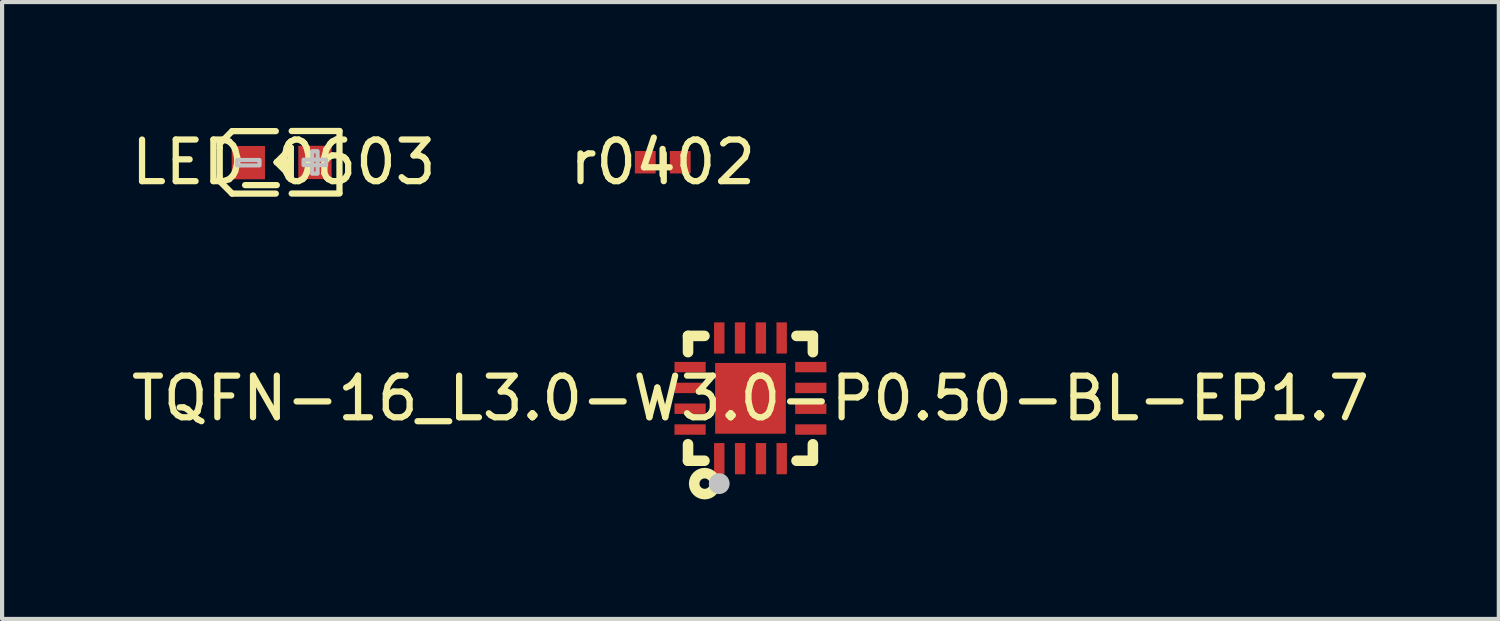
<source format=kicad_pcb>
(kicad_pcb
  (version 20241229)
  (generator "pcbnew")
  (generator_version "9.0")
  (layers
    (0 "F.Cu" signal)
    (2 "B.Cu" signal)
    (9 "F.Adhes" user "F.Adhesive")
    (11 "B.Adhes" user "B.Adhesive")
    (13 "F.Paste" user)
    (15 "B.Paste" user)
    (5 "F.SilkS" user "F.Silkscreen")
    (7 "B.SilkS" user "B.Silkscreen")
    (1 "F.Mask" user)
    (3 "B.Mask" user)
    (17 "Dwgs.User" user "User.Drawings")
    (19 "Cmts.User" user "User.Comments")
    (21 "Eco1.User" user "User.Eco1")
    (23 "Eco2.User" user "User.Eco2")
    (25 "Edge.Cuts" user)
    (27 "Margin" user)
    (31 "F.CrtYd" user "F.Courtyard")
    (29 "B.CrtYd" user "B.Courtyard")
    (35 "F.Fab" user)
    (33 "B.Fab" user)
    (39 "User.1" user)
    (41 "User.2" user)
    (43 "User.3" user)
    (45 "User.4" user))
  (footprint "r0402"
    (layer "F.Cu")
    (at 12.875 0.848)
    (property "Reference" "r0402" (at 0 0 0) (unlocked yes) (layer "F.SilkS") (effects (font (size 1 1) (thickness 0.15))))
    (fp_line (start -0.004 0.308) (end -0.004 -0.319) (stroke (width 0.152) (type default)) (layer "F.SilkS"))
    (fp_poly (pts (xy -0.135 0.23) (xy -0.135 -0.23) (xy -0.175 -0.27) (xy -0.675 -0.27) (xy -0.716 -0.23) (xy -0.716 0.23) (xy -0.675 0.27) (xy -0.175 0.27)) (stroke (width 0) (type default)) (fill yes) (layer "F.Paste"))
    (fp_poly (pts (xy 0.135 0.23) (xy 0.135 -0.23) (xy 0.175 -0.27) (xy 0.675 -0.27) (xy 0.716 -0.23) (xy 0.716 0.23) (xy 0.675 0.27) (xy 0.175 0.27)) (stroke (width 0) (type default)) (fill yes) (layer "F.Paste"))
    (fp_poly (pts (xy -0.249 -0.25) (xy -0.249 0.25) (xy -0.499 0.25) (xy -0.499 -0.25)) (stroke (width 0.1) (type default)) (fill no) (layer "User.1"))
    (fp_poly (pts (xy 0.252 0.25) (xy 0.252 -0.25) (xy 0.501 -0.25) (xy 0.501 0.25)) (stroke (width 0.1) (type default)) (fill no) (layer "User.1"))
    (fp_line (start -0.5 -0.25) (end 0.5 -0.25) (stroke (width 0.051) (type default)) (layer "User.2"))
    (fp_line (start -0.5 0.25) (end -0.5 -0.25) (stroke (width 0.051) (type default)) (layer "User.2"))
    (fp_line (start 0.5 -0.25) (end 0.5 0.25) (stroke (width 0.051) (type default)) (layer "User.2"))
    (fp_line (start 0.5 0.25) (end -0.5 0.25) (stroke (width 0.051) (type default)) (layer "User.2"))
    (fp_poly (pts (xy -0.44 0.25) (xy -0.458 0.208) (xy -0.5 0.19) (xy -0.542 0.208) (xy -0.56 0.25) (xy -0.542 0.292) (xy -0.5 0.31) (xy -0.458 0.292)) (stroke (width 0.1) (type default)) (fill no) (layer "User.3"))
    (pad "1" smd rect (at -0.42 0) (size 0.5 0.54) (layers "F.Cu" "F.Mask" "F.Paste"))
    (pad "2" smd rect (at 0.42 0) (size 0.5 0.54) (layers "F.Cu" "F.Mask" "F.Paste")))
  (footprint "LED_0603"
    (layer "F.Cu")
    (at 3.768 0.848)
    (property "Reference" "LED_0603" (at 0 0 0) (unlocked yes) (layer "F.SilkS") (effects (font (size 1 1) (thickness 0.15))))
    (fp_line (start -1.539 -0.447) (end -1.24 -0.747) (stroke (width 0.15) (type default)) (layer "F.SilkS"))
    (fp_line (start -1.539 -0.345) (end -1.539 -0.447) (stroke (width 0.15) (type default)) (layer "F.SilkS"))
    (fp_line (start -1.539 -0.345) (end -1.539 0.353) (stroke (width 0.15) (type default)) (layer "F.SilkS"))
    (fp_line (start -1.539 0.353) (end -1.539 0.455) (stroke (width 0.15) (type default)) (layer "F.SilkS"))
    (fp_line (start -1.539 0.455) (end -1.24 0.754) (stroke (width 0.15) (type default)) (layer "F.SilkS"))
    (fp_line (start -0.191 -0.747) (end -1.24 -0.747) (stroke (width 0.15) (type default)) (layer "F.SilkS"))
    (fp_line (start -0.191 0.754) (end -1.24 0.754) (stroke (width 0.15) (type default)) (layer "F.SilkS"))
    (fp_line (start 0.16 0.33) (end -0.17 0) (stroke (width 0.15) (type default)) (layer "F.SilkS"))
    (fp_line (start 0.17 -0.348) (end 0.17 -0.338) (stroke (width 0.15) (type default)) (layer "F.SilkS"))
    (fp_line (start 0.17 -0.348) (end 0.17 0.33) (stroke (width 0.15) (type default)) (layer "F.SilkS"))
    (fp_line (start 0.17 -0.338) (end -0.17 0) (stroke (width 0.15) (type default)) (layer "F.SilkS"))
    (fp_line (start 0.17 0) (end -0.17 0) (stroke (width 0.15) (type default)) (layer "F.SilkS"))
    (fp_line (start 0.17 0.33) (end 0.16 0.33) (stroke (width 0.15) (type default)) (layer "F.SilkS"))
    (fp_line (start 0.191 -0.75) (end 1.339 -0.75) (stroke (width 0.15) (type default)) (layer "F.SilkS"))
    (fp_line (start 0.191 0.752) (end 1.339 0.752) (stroke (width 0.15) (type default)) (layer "F.SilkS"))
    (fp_line (start 1.339 -0.75) (end 1.339 0.732) (stroke (width 0.15) (type default)) (layer "F.SilkS"))
    (fp_poly (pts (xy -1.12 -0.053) (xy -0.582 -0.053) (xy -0.582 0.076) (xy -1.12 0.076)) (stroke (width 0.1) (type default)) (fill no) (layer "Dwgs.User"))
    (fp_poly (pts (xy 0.477 -0.061) (xy 1.018 -0.061) (xy 1.018 0.069) (xy 0.477 0.069)) (stroke (width 0.1) (type default)) (fill no) (layer "Dwgs.User"))
    (fp_poly (pts (xy 0.683 0.275) (xy 0.683 -0.264) (xy 0.813 -0.264) (xy 0.813 0.275)) (stroke (width 0.1) (type default)) (fill no) (layer "Dwgs.User"))
    (fp_poly (pts (xy -0.851 0.411) (xy -0.851 -0.389) (xy -0.551 -0.389) (xy -0.551 0.411)) (stroke (width 0.1) (type default)) (fill no) (layer "User.1"))
    (fp_poly (pts (xy 0.45 0.404) (xy 0.45 -0.396) (xy 0.75 -0.396) (xy 0.75 0.404)) (stroke (width 0.1) (type default)) (fill no) (layer "User.1"))
    (fp_line (start -0.851 -0.391) (end 0.75 -0.391) (stroke (width 0.051) (type default)) (layer "User.2"))
    (fp_line (start -0.851 0.406) (end -0.851 -0.391) (stroke (width 0.051) (type default)) (layer "User.2"))
    (fp_line (start 0.75 -0.391) (end 0.75 0.406) (stroke (width 0.051) (type default)) (layer "User.2"))
    (fp_line (start 0.75 0.406) (end -0.851 0.406) (stroke (width 0.051) (type default)) (layer "User.2"))
    (fp_poly (pts (xy -0.79 0.411) (xy -0.808 0.368) (xy -0.851 0.35) (xy -0.894 0.368) (xy -0.912 0.411) (xy -0.894 0.455) (xy -0.851 0.472) (xy -0.808 0.455)) (stroke (width 0.1) (type default)) (fill no) (layer "User.3"))
    (pad "1" smd rect (at -0.851 0.01 90) (size 0.8 0.8) (layers "F.Cu" "F.Mask" "F.Paste"))
    (pad "2" smd rect (at 0.75 0.005 90) (size 0.8 0.8) (layers "F.Cu" "F.Mask" "F.Paste")))
  (footprint "TQFN-16_L3.0-W3.0-P0.50-BL-EP1.7"
    (layer "F.Cu")
    (at 14.982 6.521)
    (property "Reference" "TQFN-16_L3.0-W3.0-P0.50-BL-EP1.7" (at 0 0 0) (unlocked yes) (layer "F.SilkS") (effects (font (size 1 1) (thickness 0.15))))
    (fp_line (start -1.5 -1.5) (end -1.5 -1.109) (stroke (width 0.254) (type default)) (layer "F.SilkS"))
    (fp_line (start -1.5 -1.5) (end -1.105 -1.5) (stroke (width 0.254) (type default)) (layer "F.SilkS"))
    (fp_line (start -1.5 1.104) (end -1.5 1.5) (stroke (width 0.254) (type default)) (layer "F.SilkS"))
    (fp_line (start -1.5 1.5) (end -1.105 1.5) (stroke (width 0.254) (type default)) (layer "F.SilkS"))
    (fp_line (start 1.106 -1.5) (end 1.5 -1.5) (stroke (width 0.254) (type default)) (layer "F.SilkS"))
    (fp_line (start 1.107 1.5) (end 1.5 1.5) (stroke (width 0.254) (type default)) (layer "F.SilkS"))
    (fp_line (start 1.5 -1.109) (end 1.5 -1.5) (stroke (width 0.254) (type default)) (layer "F.SilkS"))
    (fp_line (start 1.5 1.5) (end 1.5 1.104) (stroke (width 0.254) (type default)) (layer "F.SilkS"))
    (fp_circle (center -1.1 2.05) (end -0.975 2.05) (stroke (width 0.254) (type default)) (fill no) (layer "F.SilkS"))
    (fp_poly (pts (xy -1.075 -0.625) (xy -1.075 -0.875) (xy -1.825 -0.875) (xy -1.825 -0.625)) (stroke (width 0) (type default)) (fill yes) (layer "F.Paste"))
    (fp_poly (pts (xy -1.075 -0.125) (xy -1.075 -0.375) (xy -1.825 -0.375) (xy -1.825 -0.125)) (stroke (width 0) (type default)) (fill yes) (layer "F.Paste"))
    (fp_poly (pts (xy -1.075 0.375) (xy -1.075 0.125) (xy -1.825 0.125) (xy -1.825 0.375)) (stroke (width 0) (type default)) (fill yes) (layer "F.Paste"))
    (fp_poly (pts (xy -1.075 0.875) (xy -1.075 0.625) (xy -1.825 0.625) (xy -1.825 0.875)) (stroke (width 0) (type default)) (fill yes) (layer "F.Paste"))
    (fp_poly (pts (xy -0.679 -0.68) (xy 0.68 -0.68) (xy 0.68 0.68) (xy -0.679 0.68)) (stroke (width 0) (type default)) (fill yes) (layer "F.Paste"))
    (fp_poly (pts (xy -0.624 -1.825) (xy -0.874 -1.825) (xy -0.874 -1.075) (xy -0.624 -1.075)) (stroke (width 0) (type default)) (fill yes) (layer "F.Paste"))
    (fp_poly (pts (xy -0.624 1.075) (xy -0.874 1.075) (xy -0.874 1.825) (xy -0.624 1.825)) (stroke (width 0) (type default)) (fill yes) (layer "F.Paste"))
    (fp_poly (pts (xy -0.124 -1.825) (xy -0.374 -1.825) (xy -0.374 -1.075) (xy -0.124 -1.075)) (stroke (width 0) (type default)) (fill yes) (layer "F.Paste"))
    (fp_poly (pts (xy -0.123 1.075) (xy -0.373 1.075) (xy -0.373 1.825) (xy -0.123 1.825)) (stroke (width 0) (type default)) (fill yes) (layer "F.Paste"))
    (fp_poly (pts (xy 0.376 -1.825) (xy 0.126 -1.825) (xy 0.126 -1.075) (xy 0.376 -1.075)) (stroke (width 0) (type default)) (fill yes) (layer "F.Paste"))
    (fp_poly (pts (xy 0.377 1.075) (xy 0.127 1.075) (xy 0.127 1.825) (xy 0.377 1.825)) (stroke (width 0) (type default)) (fill yes) (layer "F.Paste"))
    (fp_poly (pts (xy 0.875 -1.825) (xy 0.625 -1.825) (xy 0.625 -1.075) (xy 0.875 -1.075)) (stroke (width 0) (type default)) (fill yes) (layer "F.Paste"))
    (fp_poly (pts (xy 0.876 1.075) (xy 0.626 1.075) (xy 0.626 1.825) (xy 0.876 1.825)) (stroke (width 0) (type default)) (fill yes) (layer "F.Paste"))
    (fp_poly (pts (xy 1.825 -0.625) (xy 1.825 -0.875) (xy 1.075 -0.875) (xy 1.075 -0.625)) (stroke (width 0) (type default)) (fill yes) (layer "F.Paste"))
    (fp_poly (pts (xy 1.825 -0.125) (xy 1.825 -0.375) (xy 1.075 -0.375) (xy 1.075 -0.125)) (stroke (width 0) (type default)) (fill yes) (layer "F.Paste"))
    (fp_poly (pts (xy 1.825 0.375) (xy 1.825 0.125) (xy 1.075 0.125) (xy 1.075 0.375)) (stroke (width 0) (type default)) (fill yes) (layer "F.Paste"))
    (fp_poly (pts (xy 1.825 0.875) (xy 1.825 0.625) (xy 1.075 0.625) (xy 1.075 0.875)) (stroke (width 0) (type default)) (fill yes) (layer "F.Paste"))
    (fp_circle (center -0.75 2.05) (end -0.625 2.05) (stroke (width 0.25) (type default)) (fill no) (layer "Dwgs.User"))
    (fp_poly (pts (xy -1.1 -0.875) (xy -1.1 -0.625) (xy -1.5 -0.625) (xy -1.5 -0.875)) (stroke (width 0.1) (type default)) (fill no) (layer "User.1"))
    (fp_poly (pts (xy -1.1 -0.375) (xy -1.1 -0.125) (xy -1.5 -0.125) (xy -1.5 -0.375)) (stroke (width 0.1) (type default)) (fill no) (layer "User.1"))
    (fp_poly (pts (xy -1.1 0.125) (xy -1.1 0.375) (xy -1.5 0.375) (xy -1.5 0.125)) (stroke (width 0.1) (type default)) (fill no) (layer "User.1"))
    (fp_poly (pts (xy -1.1 0.625) (xy -1.1 0.875) (xy -1.5 0.875) (xy -1.5 0.625)) (stroke (width 0.1) (type default)) (fill no) (layer "User.1"))
    (fp_poly (pts (xy -0.874 -1.5) (xy -0.624 -1.5) (xy -0.624 -1.1) (xy -0.874 -1.1)) (stroke (width 0.1) (type default)) (fill no) (layer "User.1"))
    (fp_poly (pts (xy -0.85 -0.85) (xy 0.851 -0.85) (xy 0.851 0.85) (xy -0.85 0.85)) (stroke (width 0.1) (type default)) (fill no) (layer "User.1"))
    (fp_poly (pts (xy -0.624 1.5) (xy -0.874 1.5) (xy -0.874 1.1) (xy -0.624 1.1)) (stroke (width 0.1) (type default)) (fill no) (layer "User.1"))
    (fp_poly (pts (xy -0.374 -1.5) (xy -0.124 -1.5) (xy -0.124 -1.1) (xy -0.374 -1.1)) (stroke (width 0.1) (type default)) (fill no) (layer "User.1"))
    (fp_poly (pts (xy -0.123 1.5) (xy -0.373 1.5) (xy -0.373 1.1) (xy -0.123 1.1)) (stroke (width 0.1) (type default)) (fill no) (layer "User.1"))
    (fp_poly (pts (xy 0.125 -1.5) (xy 0.375 -1.5) (xy 0.375 -1.1) (xy 0.125 -1.1)) (stroke (width 0.1) (type default)) (fill no) (layer "User.1"))
    (fp_poly (pts (xy 0.377 1.5) (xy 0.127 1.5) (xy 0.127 1.1) (xy 0.377 1.1)) (stroke (width 0.1) (type default)) (fill no) (layer "User.1"))
    (fp_poly (pts (xy 0.625 -1.5) (xy 0.875 -1.5) (xy 0.875 -1.1) (xy 0.625 -1.1)) (stroke (width 0.1) (type default)) (fill no) (layer "User.1"))
    (fp_poly (pts (xy 0.876 1.5) (xy 0.626 1.5) (xy 0.626 1.1) (xy 0.876 1.1)) (stroke (width 0.1) (type default)) (fill no) (layer "User.1"))
    (fp_poly (pts (xy 1.1 -0.625) (xy 1.1 -0.875) (xy 1.5 -0.875) (xy 1.5 -0.625)) (stroke (width 0.1) (type default)) (fill no) (layer "User.1"))
    (fp_poly (pts (xy 1.1 -0.125) (xy 1.1 -0.375) (xy 1.5 -0.375) (xy 1.5 -0.125)) (stroke (width 0.1) (type default)) (fill no) (layer "User.1"))
    (fp_poly (pts (xy 1.1 0.375) (xy 1.1 0.125) (xy 1.5 0.125) (xy 1.5 0.375)) (stroke (width 0.1) (type default)) (fill no) (layer "User.1"))
    (fp_poly (pts (xy 1.1 0.875) (xy 1.1 0.625) (xy 1.5 0.625) (xy 1.5 0.875)) (stroke (width 0.1) (type default)) (fill no) (layer "User.1"))
    (fp_line (start -1.5 -1.5) (end 1.5 -1.5) (stroke (width 0.051) (type default)) (layer "User.2"))
    (fp_line (start -1.5 1.5) (end -1.5 -1.5) (stroke (width 0.051) (type default)) (layer "User.2"))
    (fp_line (start 1.5 -1.5) (end 1.5 1.5) (stroke (width 0.051) (type default)) (layer "User.2"))
    (fp_line (start 1.5 1.5) (end -1.5 1.5) (stroke (width 0.051) (type default)) (layer "User.2"))
    (fp_poly (pts (xy -1.44 1.5) (xy -1.458 1.458) (xy -1.5 1.44) (xy -1.542 1.458) (xy -1.56 1.5) (xy -1.542 1.542) (xy -1.5 1.56) (xy -1.458 1.542)) (stroke (width 0.1) (type default)) (fill no) (layer "User.3"))
    (pad "1" smd rect (at -0.749 1.45) (size 0.25 0.75) (layers "F.Cu" "F.Mask" "F.Paste"))
    (pad "2" smd rect (at -0.248 1.45) (size 0.25 0.75) (layers "F.Cu" "F.Mask" "F.Paste"))
    (pad "3" smd rect (at 0.252 1.45) (size 0.25 0.75) (layers "F.Cu" "F.Mask" "F.Paste"))
    (pad "4" smd rect (at 0.751 1.45) (size 0.25 0.75) (layers "F.Cu" "F.Mask" "F.Paste"))
    (pad "5" smd rect (at 1.45 0.75) (size 0.75 0.25) (layers "F.Cu" "F.Mask" "F.Paste"))
    (pad "6" smd rect (at 1.45 0.25) (size 0.75 0.25) (layers "F.Cu" "F.Mask" "F.Paste"))
    (pad "7" smd rect (at 1.45 -0.25) (size 0.75 0.25) (layers "F.Cu" "F.Mask" "F.Paste"))
    (pad "8" smd rect (at 1.45 -0.75) (size 0.75 0.25) (layers "F.Cu" "F.Mask" "F.Paste"))
    (pad "9" smd rect (at 0.75 -1.45) (size 0.25 0.75) (layers "F.Cu" "F.Mask" "F.Paste"))
    (pad "10" smd rect (at 0.25 -1.45) (size 0.25 0.75) (layers "F.Cu" "F.Mask" "F.Paste"))
    (pad "11" smd rect (at -0.25 -1.45) (size 0.25 0.75) (layers "F.Cu" "F.Mask" "F.Paste"))
    (pad "12" smd rect (at -0.749 -1.45) (size 0.25 0.75) (layers "F.Cu" "F.Mask" "F.Paste"))
    (pad "13" smd rect (at -1.45 -0.75) (size 0.75 0.25) (layers "F.Cu" "F.Mask" "F.Paste"))
    (pad "14" smd rect (at -1.45 -0.25) (size 0.75 0.25) (layers "F.Cu" "F.Mask" "F.Paste"))
    (pad "15" smd rect (at -1.45 0.25) (size 0.75 0.25) (layers "F.Cu" "F.Mask" "F.Paste"))
    (pad "16" smd rect (at -1.45 0.75) (size 0.75 0.25) (layers "F.Cu" "F.Mask" "F.Paste"))
    (pad "17" smd rect (at 0.001 0) (size 1.7 1.7) (layers "F.Cu" "F.Mask" "F.Paste")))
  (gr_rect
    (start -3 -3)
    (end 32.964 11.823)
    (stroke (width 0.1) (type default))
    (fill no)
    (layer "Edge.Cuts")))
</source>
